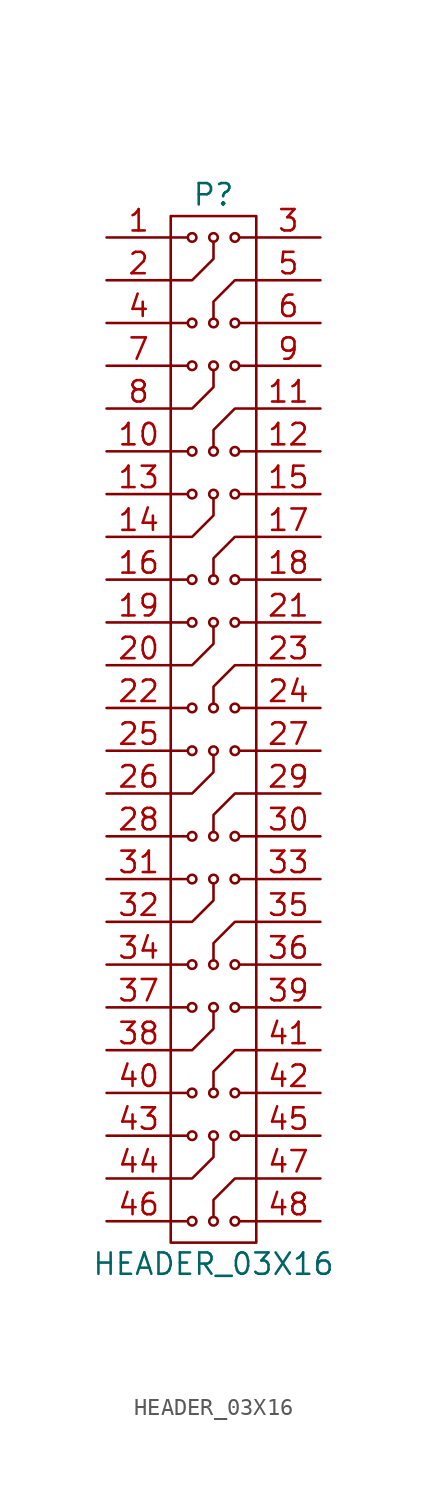
<source format=kicad_sym>
(kicad_symbol_lib
  (version 20211014)
  (generator kicad_symbol_editor)
  (symbol "HEADER_03X16"
    (pin_names
      (offset 0.025) hide)
    (property "Reference" "P"
      (at 0 31.75 0)
      (effects (font (size 1.27 1.27))))
    (property "Value" "HEADER_03X16"
      (at 0 -31.75 0)
      (effects (font (size 1.27 1.27))))
    (property "Datasheet" ""
      (at 0 -27.94 0)
      (effects (font (size 1.524 1.524))))
    (symbol "HEADER_03X16_0_1"
      (rectangle (start -2.54 30.48) (end 2.54 -30.48) (stroke (width 0) (type default) (color 0 0 0 0)) (fill (type none)))
      (circle (center -1.27 -29.21) (radius 0.254) (stroke (width 0) (type default) (color 0 0 0 0)) (fill (type none)))
      (circle (center -1.27 -24.13) (radius 0.254) (stroke (width 0) (type default) (color 0 0 0 0)) (fill (type none)))
      (circle (center -1.27 -21.59) (radius 0.254) (stroke (width 0) (type default) (color 0 0 0 0)) (fill (type none)))
      (circle (center -1.27 -16.51) (radius 0.254) (stroke (width 0) (type default) (color 0 0 0 0)) (fill (type none)))
      (circle (center -1.27 -13.97) (radius 0.254) (stroke (width 0) (type default) (color 0 0 0 0)) (fill (type none)))
      (circle (center -1.27 -8.89) (radius 0.254) (stroke (width 0) (type default) (color 0 0 0 0)) (fill (type none)))
      (circle (center -1.27 -6.35) (radius 0.254) (stroke (width 0) (type default) (color 0 0 0 0)) (fill (type none)))
      (circle (center -1.27 -1.27) (radius 0.254) (stroke (width 0) (type default) (color 0 0 0 0)) (fill (type none)))
      (circle (center -1.27 1.27) (radius 0.254) (stroke (width 0) (type default) (color 0 0 0 0)) (fill (type none)))
      (circle (center -1.27 6.35) (radius 0.254) (stroke (width 0) (type default) (color 0 0 0 0)) (fill (type none)))
      (circle (center -1.27 8.89) (radius 0.254) (stroke (width 0) (type default) (color 0 0 0 0)) (fill (type none)))
      (circle (center -1.27 13.97) (radius 0.254) (stroke (width 0) (type default) (color 0 0 0 0)) (fill (type none)))
      (circle (center -1.27 16.51) (radius 0.254) (stroke (width 0) (type default) (color 0 0 0 0)) (fill (type none)))
      (circle (center -1.27 21.59) (radius 0.254) (stroke (width 0) (type default) (color 0 0 0 0)) (fill (type none)))
      (circle (center -1.27 24.13) (radius 0.254) (stroke (width 0) (type default) (color 0 0 0 0)) (fill (type none)))
      (circle (center -1.27 29.21) (radius 0.254) (stroke (width 0) (type default) (color 0 0 0 0)) (fill (type none)))
      (circle (center 0 -29.21) (radius 0.254) (stroke (width 0) (type default) (color 0 0 0 0)) (fill (type none)))
      (circle (center 0 -24.13) (radius 0.254) (stroke (width 0) (type default) (color 0 0 0 0)) (fill (type none)))
      (circle (center 0 -21.59) (radius 0.254) (stroke (width 0) (type default) (color 0 0 0 0)) (fill (type none)))
      (circle (center 0 -16.51) (radius 0.254) (stroke (width 0) (type default) (color 0 0 0 0)) (fill (type none)))
      (circle (center 0 -13.97) (radius 0.254) (stroke (width 0) (type default) (color 0 0 0 0)) (fill (type none)))
      (circle (center 0 -8.89) (radius 0.254) (stroke (width 0) (type default) (color 0 0 0 0)) (fill (type none)))
      (circle (center 0 -6.35) (radius 0.254) (stroke (width 0) (type default) (color 0 0 0 0)) (fill (type none)))
      (circle (center 0 -1.27) (radius 0.254) (stroke (width 0) (type default) (color 0 0 0 0)) (fill (type none)))
      (polyline (pts (xy -2.54 -29.21) (xy -1.524 -29.21)) (stroke (width 0) (type default) (color 0 0 0 0)) (fill (type none)))
      (polyline (pts (xy -2.54 -24.13) (xy -1.524 -24.13)) (stroke (width 0) (type default) (color 0 0 0 0)) (fill (type none)))
      (polyline (pts (xy -2.54 -21.59) (xy -1.524 -21.59)) (stroke (width 0) (type default) (color 0 0 0 0)) (fill (type none)))
      (polyline (pts (xy -2.54 -16.51) (xy -1.524 -16.51)) (stroke (width 0) (type default) (color 0 0 0 0)) (fill (type none)))
      (polyline (pts (xy -2.54 -13.97) (xy -1.524 -13.97)) (stroke (width 0) (type default) (color 0 0 0 0)) (fill (type none)))
      (polyline (pts (xy -2.54 -8.89) (xy -1.524 -8.89)) (stroke (width 0) (type default) (color 0 0 0 0)) (fill (type none)))
      (polyline (pts (xy -2.54 -6.35) (xy -1.524 -6.35)) (stroke (width 0) (type default) (color 0 0 0 0)) (fill (type none)))
      (polyline (pts (xy -2.54 -1.27) (xy -1.524 -1.27)) (stroke (width 0) (type default) (color 0 0 0 0)) (fill (type none)))
      (polyline (pts (xy -2.54 1.27) (xy -1.524 1.27)) (stroke (width 0) (type default) (color 0 0 0 0)) (fill (type none)))
      (polyline (pts (xy -2.54 6.35) (xy -1.524 6.35)) (stroke (width 0) (type default) (color 0 0 0 0)) (fill (type none)))
      (polyline (pts (xy -2.54 8.89) (xy -1.524 8.89)) (stroke (width 0) (type default) (color 0 0 0 0)) (fill (type none)))
      (polyline (pts (xy -2.54 13.97) (xy -1.524 13.97)) (stroke (width 0) (type default) (color 0 0 0 0)) (fill (type none)))
      (polyline (pts (xy -2.54 16.51) (xy -1.524 16.51)) (stroke (width 0) (type default) (color 0 0 0 0)) (fill (type none)))
      (polyline (pts (xy -2.54 21.59) (xy -1.524 21.59)) (stroke (width 0) (type default) (color 0 0 0 0)) (fill (type none)))
      (polyline (pts (xy -2.54 24.13) (xy -1.524 24.13)) (stroke (width 0) (type default) (color 0 0 0 0)) (fill (type none)))
      (polyline (pts (xy -2.54 29.21) (xy -1.524 29.21)) (stroke (width 0) (type default) (color 0 0 0 0)) (fill (type none)))
      (polyline (pts (xy 2.54 -29.21) (xy 1.524 -29.21)) (stroke (width 0) (type default) (color 0 0 0 0)) (fill (type none)))
      (polyline (pts (xy 2.54 -24.13) (xy 1.524 -24.13)) (stroke (width 0) (type default) (color 0 0 0 0)) (fill (type none)))
      (polyline (pts (xy 2.54 -21.59) (xy 1.524 -21.59)) (stroke (width 0) (type default) (color 0 0 0 0)) (fill (type none)))
      (polyline (pts (xy 2.54 -16.51) (xy 1.524 -16.51)) (stroke (width 0) (type default) (color 0 0 0 0)) (fill (type none)))
      (polyline (pts (xy 2.54 -13.97) (xy 1.524 -13.97)) (stroke (width 0) (type default) (color 0 0 0 0)) (fill (type none)))
      (polyline (pts (xy 2.54 -8.89) (xy 1.524 -8.89)) (stroke (width 0) (type default) (color 0 0 0 0)) (fill (type none)))
      (polyline (pts (xy 2.54 -6.35) (xy 1.524 -6.35)) (stroke (width 0) (type default) (color 0 0 0 0)) (fill (type none)))
      (polyline (pts (xy 2.54 -1.27) (xy 1.524 -1.27)) (stroke (width 0) (type default) (color 0 0 0 0)) (fill (type none)))
      (polyline (pts (xy 2.54 1.27) (xy 1.524 1.27)) (stroke (width 0) (type default) (color 0 0 0 0)) (fill (type none)))
      (polyline (pts (xy 2.54 6.35) (xy 1.524 6.35)) (stroke (width 0) (type default) (color 0 0 0 0)) (fill (type none)))
      (polyline (pts (xy 2.54 8.89) (xy 1.524 8.89)) (stroke (width 0) (type default) (color 0 0 0 0)) (fill (type none)))
      (polyline (pts (xy 2.54 13.97) (xy 1.524 13.97)) (stroke (width 0) (type default) (color 0 0 0 0)) (fill (type none)))
      (polyline (pts (xy 2.54 16.51) (xy 1.524 16.51)) (stroke (width 0) (type default) (color 0 0 0 0)) (fill (type none)))
      (polyline (pts (xy 2.54 21.59) (xy 1.524 21.59)) (stroke (width 0) (type default) (color 0 0 0 0)) (fill (type none)))
      (polyline (pts (xy 2.54 24.13) (xy 1.524 24.13)) (stroke (width 0) (type default) (color 0 0 0 0)) (fill (type none)))
      (polyline (pts (xy 2.54 29.21) (xy 1.524 29.21)) (stroke (width 0) (type default) (color 0 0 0 0)) (fill (type none)))
      (polyline (pts (xy -2.54 -26.67) (xy -1.27 -26.67) (xy 0 -25.4) (xy 0 -24.384)) (stroke (width 0) (type default) (color 0 0 0 0)) (fill (type none)))
      (polyline (pts (xy -2.54 -19.05) (xy -1.27 -19.05) (xy 0 -17.78) (xy 0 -16.764)) (stroke (width 0) (type default) (color 0 0 0 0)) (fill (type none)))
      (polyline (pts (xy -2.54 -11.43) (xy -1.27 -11.43) (xy 0 -10.16) (xy 0 -9.144)) (stroke (width 0) (type default) (color 0 0 0 0)) (fill (type none)))
      (polyline (pts (xy -2.54 -3.81) (xy -1.27 -3.81) (xy 0 -2.54) (xy 0 -1.524)) (stroke (width 0) (type default) (color 0 0 0 0)) (fill (type none)))
      (polyline (pts (xy -2.54 3.81) (xy -1.27 3.81) (xy 0 5.08) (xy 0 6.096)) (stroke (width 0) (type default) (color 0 0 0 0)) (fill (type none)))
      (polyline (pts (xy -2.54 11.43) (xy -1.27 11.43) (xy 0 12.7) (xy 0 13.716)) (stroke (width 0) (type default) (color 0 0 0 0)) (fill (type none)))
      (polyline (pts (xy -2.54 19.05) (xy -1.27 19.05) (xy 0 20.32) (xy 0 21.336)) (stroke (width 0) (type default) (color 0 0 0 0)) (fill (type none)))
      (polyline (pts (xy -2.54 26.67) (xy -1.27 26.67) (xy 0 27.94) (xy 0 28.956)) (stroke (width 0) (type default) (color 0 0 0 0)) (fill (type none)))
      (polyline (pts (xy 2.54 -26.67) (xy 1.27 -26.67) (xy 0 -27.94) (xy 0 -28.956)) (stroke (width 0) (type default) (color 0 0 0 0)) (fill (type none)))
      (polyline (pts (xy 2.54 -19.05) (xy 1.27 -19.05) (xy 0 -20.32) (xy 0 -21.336)) (stroke (width 0) (type default) (color 0 0 0 0)) (fill (type none)))
      (polyline (pts (xy 2.54 -11.43) (xy 1.27 -11.43) (xy 0 -12.7) (xy 0 -13.716)) (stroke (width 0) (type default) (color 0 0 0 0)) (fill (type none)))
      (polyline (pts (xy 2.54 -3.81) (xy 1.27 -3.81) (xy 0 -5.08) (xy 0 -6.096)) (stroke (width 0) (type default) (color 0 0 0 0)) (fill (type none)))
      (polyline (pts (xy 2.54 3.81) (xy 1.27 3.81) (xy 0 2.54) (xy 0 1.524)) (stroke (width 0) (type default) (color 0 0 0 0)) (fill (type none)))
      (polyline (pts (xy 2.54 11.43) (xy 1.27 11.43) (xy 0 10.16) (xy 0 9.144)) (stroke (width 0) (type default) (color 0 0 0 0)) (fill (type none)))
      (polyline (pts (xy 2.54 19.05) (xy 1.27 19.05) (xy 0 17.78) (xy 0 16.764)) (stroke (width 0) (type default) (color 0 0 0 0)) (fill (type none)))
      (polyline (pts (xy 2.54 26.67) (xy 1.27 26.67) (xy 0 25.4) (xy 0 24.384)) (stroke (width 0) (type default) (color 0 0 0 0)) (fill (type none)))
      (circle (center 0 1.27) (radius 0.254) (stroke (width 0) (type default) (color 0 0 0 0)) (fill (type none)))
      (circle (center 0 6.35) (radius 0.254) (stroke (width 0) (type default) (color 0 0 0 0)) (fill (type none)))
      (circle (center 0 8.89) (radius 0.254) (stroke (width 0) (type default) (color 0 0 0 0)) (fill (type none)))
      (circle (center 0 13.97) (radius 0.254) (stroke (width 0) (type default) (color 0 0 0 0)) (fill (type none)))
      (circle (center 0 16.51) (radius 0.254) (stroke (width 0) (type default) (color 0 0 0 0)) (fill (type none)))
      (circle (center 0 21.59) (radius 0.254) (stroke (width 0) (type default) (color 0 0 0 0)) (fill (type none)))
      (circle (center 0 24.13) (radius 0.254) (stroke (width 0) (type default) (color 0 0 0 0)) (fill (type none)))
      (circle (center 0 29.21) (radius 0.254) (stroke (width 0) (type default) (color 0 0 0 0)) (fill (type none)))
      (circle (center 1.27 -29.21) (radius 0.254) (stroke (width 0) (type default) (color 0 0 0 0)) (fill (type none)))
      (circle (center 1.27 -24.13) (radius 0.254) (stroke (width 0) (type default) (color 0 0 0 0)) (fill (type none)))
      (circle (center 1.27 -21.59) (radius 0.254) (stroke (width 0) (type default) (color 0 0 0 0)) (fill (type none)))
      (circle (center 1.27 -16.51) (radius 0.254) (stroke (width 0) (type default) (color 0 0 0 0)) (fill (type none)))
      (circle (center 1.27 -13.97) (radius 0.254) (stroke (width 0) (type default) (color 0 0 0 0)) (fill (type none)))
      (circle (center 1.27 -8.89) (radius 0.254) (stroke (width 0) (type default) (color 0 0 0 0)) (fill (type none)))
      (circle (center 1.27 -6.35) (radius 0.254) (stroke (width 0) (type default) (color 0 0 0 0)) (fill (type none)))
      (circle (center 1.27 -1.27) (radius 0.254) (stroke (width 0) (type default) (color 0 0 0 0)) (fill (type none)))
      (circle (center 1.27 1.27) (radius 0.254) (stroke (width 0) (type default) (color 0 0 0 0)) (fill (type none)))
      (circle (center 1.27 6.35) (radius 0.254) (stroke (width 0) (type default) (color 0 0 0 0)) (fill (type none)))
      (circle (center 1.27 8.89) (radius 0.254) (stroke (width 0) (type default) (color 0 0 0 0)) (fill (type none)))
      (circle (center 1.27 13.97) (radius 0.254) (stroke (width 0) (type default) (color 0 0 0 0)) (fill (type none)))
      (circle (center 1.27 16.51) (radius 0.254) (stroke (width 0) (type default) (color 0 0 0 0)) (fill (type none)))
      (circle (center 1.27 21.59) (radius 0.254) (stroke (width 0) (type default) (color 0 0 0 0)) (fill (type none)))
      (circle (center 1.27 24.13) (radius 0.254) (stroke (width 0) (type default) (color 0 0 0 0)) (fill (type none)))
      (circle (center 1.27 29.21) (radius 0.254) (stroke (width 0) (type default) (color 0 0 0 0)) (fill (type none))))
    (symbol "HEADER_03X16_1_1"
      (pin passive line (at -6.35 29.21 0) (length 3.81) (name "~" (effects (font (size 1.27 1.27)))) (number "1" (effects (font (size 1.27 1.27)))))
      (pin passive line (at -6.35 16.51 0) (length 3.81) (name "~" (effects (font (size 1.27 1.27)))) (number "10" (effects (font (size 1.27 1.27)))))
      (pin passive line (at 6.35 19.05 180) (length 3.81) (name "~" (effects (font (size 1.27 1.27)))) (number "11" (effects (font (size 1.27 1.27)))))
      (pin passive line (at 6.35 16.51 180) (length 3.81) (name "~" (effects (font (size 1.27 1.27)))) (number "12" (effects (font (size 1.27 1.27)))))
      (pin passive line (at -6.35 13.97 0) (length 3.81) (name "~" (effects (font (size 1.27 1.27)))) (number "13" (effects (font (size 1.27 1.27)))))
      (pin passive line (at -6.35 11.43 0) (length 3.81) (name "~" (effects (font (size 1.27 1.27)))) (number "14" (effects (font (size 1.27 1.27)))))
      (pin passive line (at 6.35 13.97 180) (length 3.81) (name "~" (effects (font (size 1.27 1.27)))) (number "15" (effects (font (size 1.27 1.27)))))
      (pin passive line (at -6.35 8.89 0) (length 3.81) (name "~" (effects (font (size 1.27 1.27)))) (number "16" (effects (font (size 1.27 1.27)))))
      (pin passive line (at 6.35 11.43 180) (length 3.81) (name "~" (effects (font (size 1.27 1.27)))) (number "17" (effects (font (size 1.27 1.27)))))
      (pin passive line (at 6.35 8.89 180) (length 3.81) (name "~" (effects (font (size 1.27 1.27)))) (number "18" (effects (font (size 1.27 1.27)))))
      (pin passive line (at -6.35 6.35 0) (length 3.81) (name "~" (effects (font (size 1.27 1.27)))) (number "19" (effects (font (size 1.27 1.27)))))
      (pin passive line (at -6.35 26.67 0) (length 3.81) (name "~" (effects (font (size 1.27 1.27)))) (number "2" (effects (font (size 1.27 1.27)))))
      (pin passive line (at -6.35 3.81 0) (length 3.81) (name "~" (effects (font (size 1.27 1.27)))) (number "20" (effects (font (size 1.27 1.27)))))
      (pin passive line (at 6.35 6.35 180) (length 3.81) (name "~" (effects (font (size 1.27 1.27)))) (number "21" (effects (font (size 1.27 1.27)))))
      (pin passive line (at -6.35 1.27 0) (length 3.81) (name "~" (effects (font (size 1.27 1.27)))) (number "22" (effects (font (size 1.27 1.27)))))
      (pin passive line (at 6.35 3.81 180) (length 3.81) (name "~" (effects (font (size 1.27 1.27)))) (number "23" (effects (font (size 1.27 1.27)))))
      (pin passive line (at 6.35 1.27 180) (length 3.81) (name "~" (effects (font (size 1.27 1.27)))) (number "24" (effects (font (size 1.27 1.27)))))
      (pin passive line (at -6.35 -1.27 0) (length 3.81) (name "~" (effects (font (size 1.27 1.27)))) (number "25" (effects (font (size 1.27 1.27)))))
      (pin passive line (at -6.35 -3.81 0) (length 3.81) (name "~" (effects (font (size 1.27 1.27)))) (number "26" (effects (font (size 1.27 1.27)))))
      (pin passive line (at 6.35 -1.27 180) (length 3.81) (name "~" (effects (font (size 1.27 1.27)))) (number "27" (effects (font (size 1.27 1.27)))))
      (pin passive line (at -6.35 -6.35 0) (length 3.81) (name "~" (effects (font (size 1.27 1.27)))) (number "28" (effects (font (size 1.27 1.27)))))
      (pin passive line (at 6.35 -3.81 180) (length 3.81) (name "~" (effects (font (size 1.27 1.27)))) (number "29" (effects (font (size 1.27 1.27)))))
      (pin passive line (at 6.35 29.21 180) (length 3.81) (name "~" (effects (font (size 1.27 1.27)))) (number "3" (effects (font (size 1.27 1.27)))))
      (pin passive line (at 6.35 -6.35 180) (length 3.81) (name "~" (effects (font (size 1.27 1.27)))) (number "30" (effects (font (size 1.27 1.27)))))
      (pin passive line (at -6.35 -8.89 0) (length 3.81) (name "~" (effects (font (size 1.27 1.27)))) (number "31" (effects (font (size 1.27 1.27)))))
      (pin passive line (at -6.35 -11.43 0) (length 3.81) (name "~" (effects (font (size 1.27 1.27)))) (number "32" (effects (font (size 1.27 1.27)))))
      (pin passive line (at 6.35 -8.89 180) (length 3.81) (name "~" (effects (font (size 1.27 1.27)))) (number "33" (effects (font (size 1.27 1.27)))))
      (pin passive line (at -6.35 -13.97 0) (length 3.81) (name "~" (effects (font (size 1.27 1.27)))) (number "34" (effects (font (size 1.27 1.27)))))
      (pin passive line (at 6.35 -11.43 180) (length 3.81) (name "~" (effects (font (size 1.27 1.27)))) (number "35" (effects (font (size 1.27 1.27)))))
      (pin passive line (at 6.35 -13.97 180) (length 3.81) (name "~" (effects (font (size 1.27 1.27)))) (number "36" (effects (font (size 1.27 1.27)))))
      (pin passive line (at -6.35 -16.51 0) (length 3.81) (name "~" (effects (font (size 1.27 1.27)))) (number "37" (effects (font (size 1.27 1.27)))))
      (pin passive line (at -6.35 -19.05 0) (length 3.81) (name "~" (effects (font (size 1.27 1.27)))) (number "38" (effects (font (size 1.27 1.27)))))
      (pin passive line (at 6.35 -16.51 180) (length 3.81) (name "~" (effects (font (size 1.27 1.27)))) (number "39" (effects (font (size 1.27 1.27)))))
      (pin passive line (at -6.35 24.13 0) (length 3.81) (name "~" (effects (font (size 1.27 1.27)))) (number "4" (effects (font (size 1.27 1.27)))))
      (pin passive line (at -6.35 -21.59 0) (length 3.81) (name "~" (effects (font (size 1.27 1.27)))) (number "40" (effects (font (size 1.27 1.27)))))
      (pin passive line (at 6.35 -19.05 180) (length 3.81) (name "~" (effects (font (size 1.27 1.27)))) (number "41" (effects (font (size 1.27 1.27)))))
      (pin passive line (at 6.35 -21.59 180) (length 3.81) (name "~" (effects (font (size 1.27 1.27)))) (number "42" (effects (font (size 1.27 1.27)))))
      (pin passive line (at -6.35 -24.13 0) (length 3.81) (name "~" (effects (font (size 1.27 1.27)))) (number "43" (effects (font (size 1.27 1.27)))))
      (pin passive line (at -6.35 -26.67 0) (length 3.81) (name "~" (effects (font (size 1.27 1.27)))) (number "44" (effects (font (size 1.27 1.27)))))
      (pin passive line (at 6.35 -24.13 180) (length 3.81) (name "~" (effects (font (size 1.27 1.27)))) (number "45" (effects (font (size 1.27 1.27)))))
      (pin passive line (at -6.35 -29.21 0) (length 3.81) (name "~" (effects (font (size 1.27 1.27)))) (number "46" (effects (font (size 1.27 1.27)))))
      (pin passive line (at 6.35 -26.67 180) (length 3.81) (name "~" (effects (font (size 1.27 1.27)))) (number "47" (effects (font (size 1.27 1.27)))))
      (pin passive line (at 6.35 -29.21 180) (length 3.81) (name "~" (effects (font (size 1.27 1.27)))) (number "48" (effects (font (size 1.27 1.27)))))
      (pin passive line (at 6.35 26.67 180) (length 3.81) (name "~" (effects (font (size 1.27 1.27)))) (number "5" (effects (font (size 1.27 1.27)))))
      (pin passive line (at 6.35 24.13 180) (length 3.81) (name "~" (effects (font (size 1.27 1.27)))) (number "6" (effects (font (size 1.27 1.27)))))
      (pin passive line (at -6.35 21.59 0) (length 3.81) (name "~" (effects (font (size 1.27 1.27)))) (number "7" (effects (font (size 1.27 1.27)))))
      (pin passive line (at -6.35 19.05 0) (length 3.81) (name "~" (effects (font (size 1.27 1.27)))) (number "8" (effects (font (size 1.27 1.27)))))
      (pin passive line (at 6.35 21.59 180) (length 3.81) (name "~" (effects (font (size 1.27 1.27)))) (number "9" (effects (font (size 1.27 1.27))))))))
</source>
